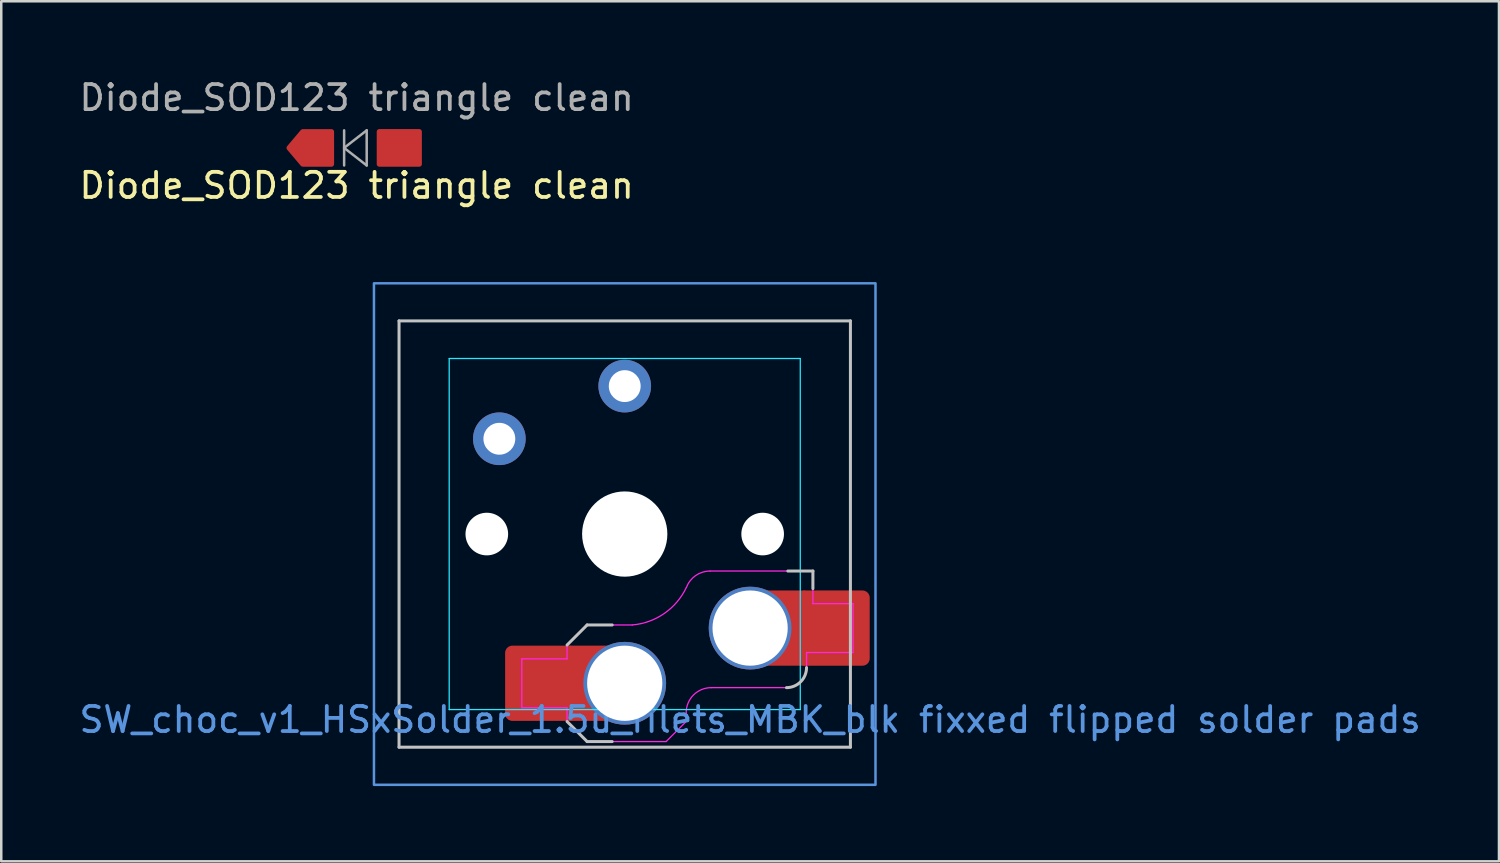
<source format=kicad_pcb>
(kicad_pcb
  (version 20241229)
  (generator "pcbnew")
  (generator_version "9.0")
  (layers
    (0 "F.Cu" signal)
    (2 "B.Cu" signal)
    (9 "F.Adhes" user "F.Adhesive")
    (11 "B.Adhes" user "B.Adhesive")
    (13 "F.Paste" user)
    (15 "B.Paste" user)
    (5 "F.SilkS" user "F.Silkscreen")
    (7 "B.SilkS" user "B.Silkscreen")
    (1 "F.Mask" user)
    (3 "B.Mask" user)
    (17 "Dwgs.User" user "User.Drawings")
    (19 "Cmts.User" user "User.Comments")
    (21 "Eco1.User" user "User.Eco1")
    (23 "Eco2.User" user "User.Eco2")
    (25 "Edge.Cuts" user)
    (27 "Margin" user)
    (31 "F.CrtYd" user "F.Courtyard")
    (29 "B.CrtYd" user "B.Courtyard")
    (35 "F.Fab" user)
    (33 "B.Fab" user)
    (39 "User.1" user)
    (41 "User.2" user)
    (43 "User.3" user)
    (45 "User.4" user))
  (footprint "SW_choc_v1_HSxSolder_1.5u_filets_MBK_blk fixxed flipped solder pads"
    (layer "F.Cu")
    (at 21.863 18.247)
    (property "Reference" "SW_choc_v1_HSxSolder_1.5u_filets_MBK_blk fixxed flipped solder pads" (at 5 7.4 180) (layer "Cmts.User") (effects (font (size 1 1) (thickness 0.15))))
    (attr smd)
    (fp_line (start -9 -8.5) (end 9 -8.5) (stroke (width 0.12) (type solid)) (layer "Dwgs.User"))
    (fp_line (start -9 8.5) (end -9 -8.5) (stroke (width 0.12) (type solid)) (layer "Dwgs.User"))
    (fp_line (start -2.3 4.425) (end -1.5 3.625) (stroke (width 0.12) (type solid)) (layer "Dwgs.User"))
    (fp_line (start -1.5 8.275) (end -2.3 7.475) (stroke (width 0.12) (type solid)) (layer "Dwgs.User"))
    (fp_line (start -0.5 3.625) (end -1.5 3.625) (stroke (width 0.12) (type solid)) (layer "Dwgs.User"))
    (fp_line (start -0.5 8.275) (end -1.5 8.275) (stroke (width 0.12) (type solid)) (layer "Dwgs.User"))
    (fp_line (start 6.504 1.475) (end 7.504 1.475) (stroke (width 0.12) (type solid)) (layer "Dwgs.User"))
    (fp_line (start 7.504 2.175) (end 7.504 1.475) (stroke (width 0.12) (type solid)) (layer "Dwgs.User"))
    (fp_line (start 9 -8.5) (end 9 8.5) (stroke (width 0.12) (type solid)) (layer "Dwgs.User"))
    (fp_line (start 9 8.5) (end -9 8.5) (stroke (width 0.12) (type solid)) (layer "Dwgs.User"))
    (fp_arc (start 7.25 5.325) (mid 7.015685 5.890685) (end 6.45 6.125) (stroke (width 0.12) (type solid)) (layer "Dwgs.User"))
    (fp_poly (pts (xy -10 -10) (xy 10 -10) (xy 10 10) (xy -10 10)) (stroke (width 0.1) (type default)) (fill no) (layer "Cmts.User"))
    (fp_line (start -6.95 6.45) (end -6.95 -6.45) (stroke (width 0.05) (type solid)) (layer "Eco2.User"))
    (fp_line (start -6.45 -6.95) (end 6.45 -6.95) (stroke (width 0.05) (type solid)) (layer "Eco2.User"))
    (fp_line (start 6.45 6.95) (end -6.45 6.95) (stroke (width 0.05) (type solid)) (layer "Eco2.User"))
    (fp_line (start 6.95 -6.45) (end 6.95 6.45) (stroke (width 0.05) (type solid)) (layer "Eco2.User"))
    (fp_arc (start -6.95 -6.45) (mid -6.803553 -6.803553) (end -6.45 -6.95) (stroke (width 0.05) (type solid)) (layer "Eco2.User"))
    (fp_arc (start -6.45 6.95) (mid -6.803553 6.803553) (end -6.95 6.45) (stroke (width 0.05) (type solid)) (layer "Eco2.User"))
    (fp_arc (start 6.45 -6.95) (mid 6.803553 -6.803553) (end 6.95 -6.45) (stroke (width 0.05) (type solid)) (layer "Eco2.User"))
    (fp_arc (start 6.95 6.45) (mid 6.803553 6.803553) (end 6.45 6.95) (stroke (width 0.05) (type solid)) (layer "Eco2.User"))
    (fp_line (start -7 -7) (end 7 -7) (stroke (width 0.05) (type solid)) (layer "B.CrtYd"))
    (fp_line (start -7 7) (end -7 -7) (stroke (width 0.05) (type solid)) (layer "B.CrtYd"))
    (fp_line (start 7 -7) (end 7 7) (stroke (width 0.05) (type solid)) (layer "B.CrtYd"))
    (fp_line (start 7 7) (end -7 7) (stroke (width 0.05) (type solid)) (layer "B.CrtYd"))
    (fp_line (start -4.104 6.925) (end -4.104 4.975) (stroke (width 0.05) (type solid)) (layer "F.CrtYd"))
    (fp_line (start -2.3 4.425) (end -2.3 4.975) (stroke (width 0.05) (type solid)) (layer "F.CrtYd"))
    (fp_line (start -2.3 4.425) (end -1.5 3.625) (stroke (width 0.05) (type solid)) (layer "F.CrtYd"))
    (fp_line (start -2.3 4.975) (end -4.104 4.975) (stroke (width 0.05) (type solid)) (layer "F.CrtYd"))
    (fp_line (start -2.3 6.925) (end -4.104 6.925) (stroke (width 0.05) (type solid)) (layer "F.CrtYd"))
    (fp_line (start -2.3 6.925) (end -2.3 7.475) (stroke (width 0.05) (type solid)) (layer "F.CrtYd"))
    (fp_line (start -1.5 8.275) (end -2.3 7.475) (stroke (width 0.05) (type solid)) (layer "F.CrtYd"))
    (fp_line (start 0.3 3.625) (end -1.5 3.625) (stroke (width 0.05) (type solid)) (layer "F.CrtYd"))
    (fp_line (start 1.65 8.275) (end -1.5 8.275) (stroke (width 0.05) (type solid)) (layer "F.CrtYd"))
    (fp_line (start 1.65 8.275) (end 2.45 7.475) (stroke (width 0.05) (type solid)) (layer "F.CrtYd"))
    (fp_line (start 2.45 7.125) (end 2.45 7.475) (stroke (width 0.05) (type solid)) (layer "F.CrtYd"))
    (fp_line (start 3.4 1.475) (end 7.504 1.475) (stroke (width 0.05) (type solid)) (layer "F.CrtYd"))
    (fp_line (start 6.45 6.125) (end 3.45 6.125) (stroke (width 0.05) (type solid)) (layer "F.CrtYd"))
    (fp_line (start 7.25 4.725) (end 7.25 5.325) (stroke (width 0.05) (type solid)) (layer "F.CrtYd"))
    (fp_line (start 7.504 2.175) (end 7.504 1.475) (stroke (width 0.05) (type solid)) (layer "F.CrtYd"))
    (fp_line (start 7.504 2.775) (end 7.504 2.175) (stroke (width 0.05) (type solid)) (layer "F.CrtYd"))
    (fp_line (start 7.504 2.775) (end 9.104 2.775) (stroke (width 0.05) (type solid)) (layer "F.CrtYd"))
    (fp_line (start 9.104 2.775) (end 9.104 4.725) (stroke (width 0.05) (type solid)) (layer "F.CrtYd"))
    (fp_line (start 9.104 4.725) (end 7.25 4.725) (stroke (width 0.05) (type solid)) (layer "F.CrtYd"))
    (fp_arc (start 2.45 7.125) (mid 2.742893 6.417893) (end 3.45 6.125) (stroke (width 0.05) (type solid)) (layer "F.CrtYd"))
    (fp_arc (start 2.455444 2.13293) (mid 1.577272 3.167235) (end 0.299999 3.624999) (stroke (width 0.05) (type solid)) (layer "F.CrtYd"))
    (fp_arc (start 2.460307 2.13298) (mid 2.826423 1.655848) (end 3.4 1.475) (stroke (width 0.05) (type solid)) (layer "F.CrtYd"))
    (fp_arc (start 7.25 5.325) (mid 7.015685 5.890685) (end 6.45 6.125) (stroke (width 0.05) (type solid)) (layer "F.CrtYd"))
    (pad "" np_thru_hole circle (at -5.5 0 180) (size 1.7 1.7) (drill 1.7) (layers "*.Cu" "*.Mask"))
    (pad "" np_thru_hole circle (at 0 0 180) (size 3.4 3.4) (drill 3.4) (layers "*.Cu" "*.Mask"))
    (pad "" np_thru_hole circle (at 5.5 0 180) (size 1.7 1.7) (drill 1.7) (layers "*.Cu" "*.Mask"))
    (pad "1" thru_hole circle (at 0 -5.9) (size 2.1 2.1) (drill 1.27) (layers "*.Cu" "F.Mask"))
    (pad "1" thru_hole circle (at 5 3.75) (size 3.3 3.3) (drill 3) (layers "*.Cu" "F.Mask"))
    (pad "1" smd rect (at 6.4 3.75) (size 1.6 3) (layers "F.Cu"))
    (pad "1" smd roundrect (at 8.345 3.75) (size 2.85 3) (layers "F.Cu" "F.Mask" "F.Paste") (roundrect_rratio 0.1))
    (pad "2" thru_hole circle (at -5 -3.8) (size 2.1 2.1) (drill 1.27) (layers "*.Cu" "F.Mask"))
    (pad "2" smd roundrect (at -3.345 5.95) (size 2.85 3) (layers "F.Cu" "F.Mask" "F.Paste") (roundrect_rratio 0.1))
    (pad "2" smd rect (at -1.4 5.95 180) (size 1.6 3) (layers "F.Cu"))
    (pad "2" thru_hole circle (at 0 5.95) (size 3.3 3.3) (drill 3) (layers "*.Cu" "F.Mask")))
  (footprint "Diode_SOD123 triangle clean"
    (placed yes)
    (layer "F.Cu")
    (at 11.173 2.848)
    (property "Reference" "Diode_SOD123 triangle clean" (at -0.000002 1.5 0) (layer "F.SilkS") (effects (font (size 1 1) (thickness 0.15))))
    (attr through_hole)
    (fp_line (start -0.5 -0.7) (end -0.5 0.7) (stroke (width 0.1) (type solid)) (layer "F.Fab"))
    (fp_line (start -0.5 0) (end 0.4 -0.7) (stroke (width 0.1) (type solid)) (layer "F.Fab"))
    (fp_line (start 0.4 -0.7) (end 0.4 0.7) (stroke (width 0.1) (type solid)) (layer "F.Fab"))
    (fp_line (start 0.4 0.7) (end -0.5 0) (stroke (width 0.1) (type solid)) (layer "F.Fab"))
    (fp_text user "${REFERENCE}" (at 0 -2 0) (layer "F.Fab") (effects (font (size 1 1) (thickness 0.15))))
    (pad "1" smd custom (at -1.45 0 0.2) (size 0.8 0.9) (layers "F.Cu" "F.Mask" "F.Paste") (options (anchor rect)) (primitives (gr_poly (pts (xy 0.448 0.652) (xy -0.702 0.648) (xy -1.25 -0.004) (xy -0.698 -0.652) (xy 0.452 -0.648)) (width 0.2) (fill yes))))
    (pad "2" smd roundrect (at 1.7 0) (size 1.8 1.5) (layers "F.Cu" "F.Mask" "F.Paste") (roundrect_rratio 0.067)))
  (gr_rect
    (start -3 -3)
    (end 56.726 31.297)
    (stroke (width 0.1) (type default))
    (fill no)
    (layer "Edge.Cuts")))
</source>
